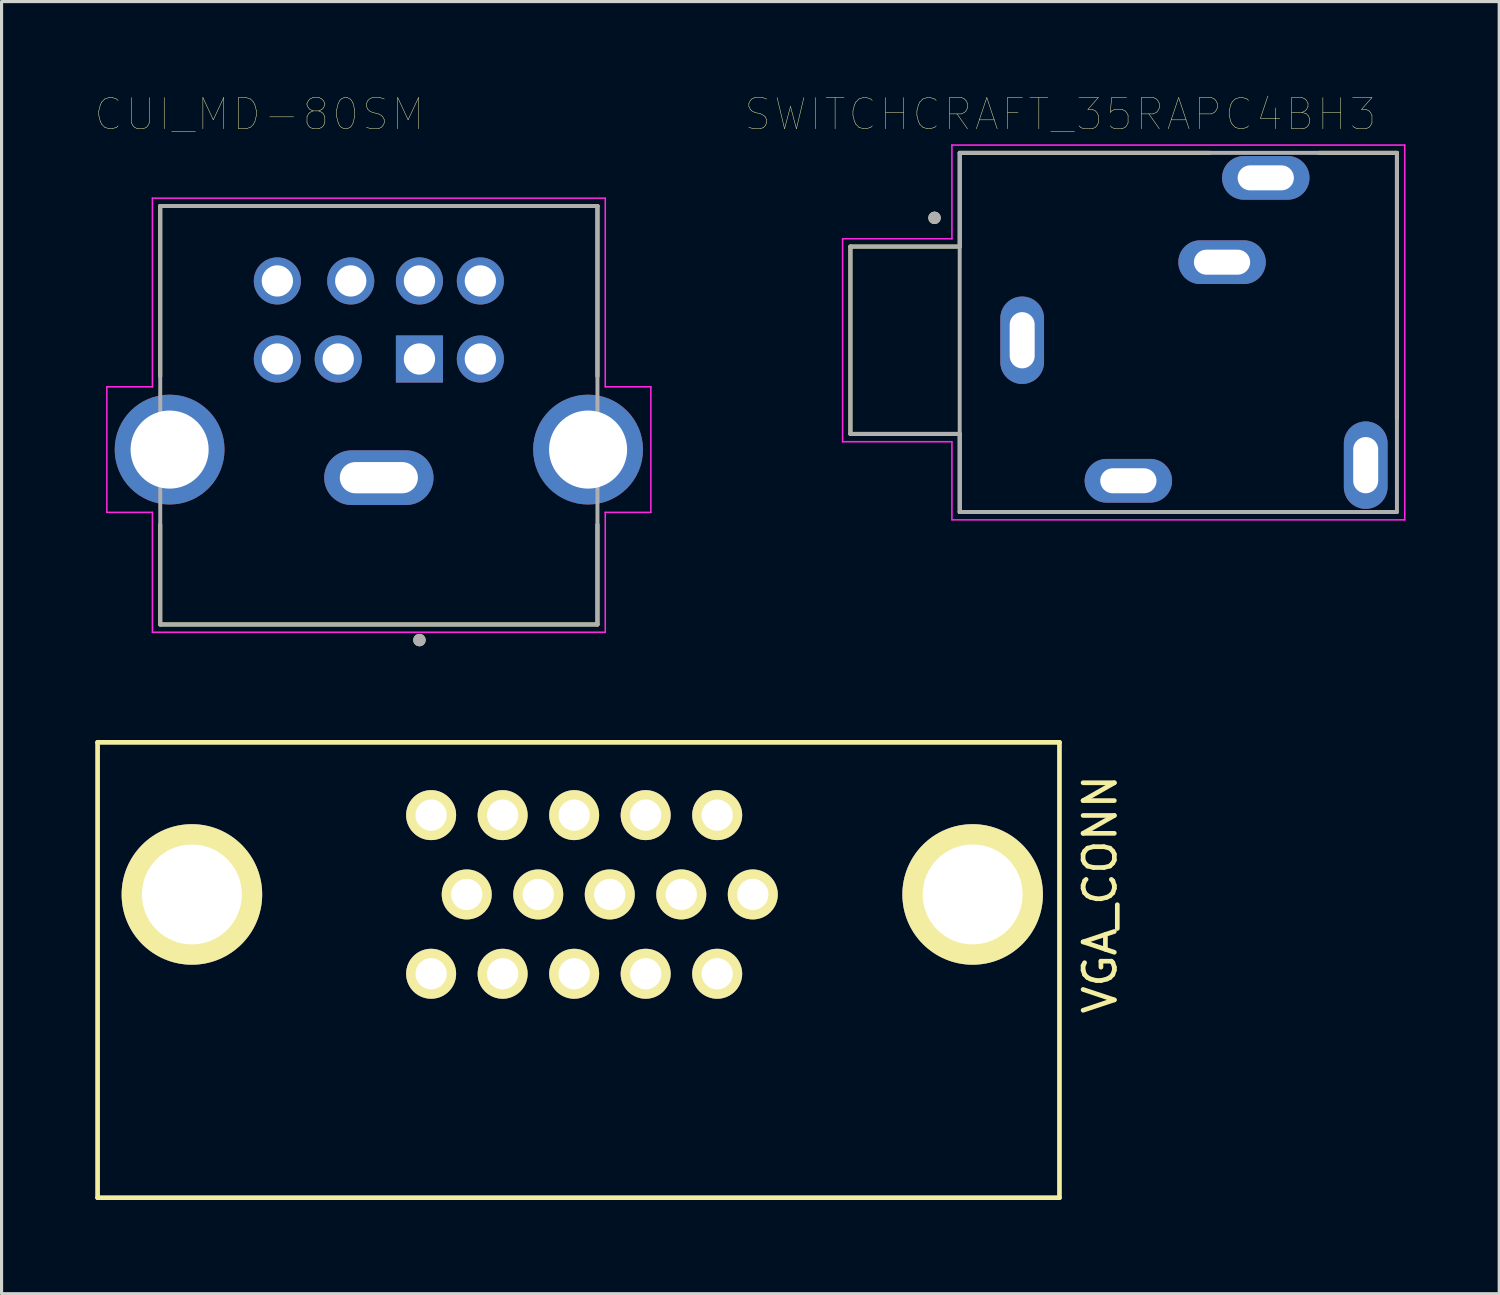
<source format=kicad_pcb>
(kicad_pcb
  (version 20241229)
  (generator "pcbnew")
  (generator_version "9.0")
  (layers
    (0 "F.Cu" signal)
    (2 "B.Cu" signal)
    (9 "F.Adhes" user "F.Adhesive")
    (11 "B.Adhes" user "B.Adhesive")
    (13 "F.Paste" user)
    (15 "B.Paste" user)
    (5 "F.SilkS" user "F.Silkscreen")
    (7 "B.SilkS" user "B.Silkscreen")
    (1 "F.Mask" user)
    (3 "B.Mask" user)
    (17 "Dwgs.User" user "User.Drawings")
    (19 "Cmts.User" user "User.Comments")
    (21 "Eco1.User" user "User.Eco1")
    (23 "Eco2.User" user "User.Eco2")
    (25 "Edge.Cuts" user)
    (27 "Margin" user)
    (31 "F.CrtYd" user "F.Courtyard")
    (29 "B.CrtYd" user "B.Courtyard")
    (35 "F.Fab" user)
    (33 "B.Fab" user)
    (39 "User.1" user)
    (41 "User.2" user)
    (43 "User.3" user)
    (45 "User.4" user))
  (footprint "CUI_MD-80SM"
    (layer "F.Cu")
    (at 9.081 10.246)
    (property "Reference" "CUI_MD-80SM" (at -3.825 -9.635 0) (layer "F.SilkS") (effects (font (size 1 1) (thickness 0.015))))
    (attr through_hole)
    (fp_line (start -7 -6.7) (end -7 -1.25) (stroke (width 0.127) (type solid)) (layer "F.SilkS"))
    (fp_line (start -7 -6.7) (end 7 -6.7) (stroke (width 0.127) (type solid)) (layer "F.SilkS"))
    (fp_line (start -7 6.7) (end -7 3.5) (stroke (width 0.127) (type solid)) (layer "F.SilkS"))
    (fp_line (start 7 -6.7) (end 7 -1.25) (stroke (width 0.127) (type solid)) (layer "F.SilkS"))
    (fp_line (start 7 6.7) (end -7 6.7) (stroke (width 0.127) (type solid)) (layer "F.SilkS"))
    (fp_line (start 7 6.7) (end 7 3.5) (stroke (width 0.127) (type solid)) (layer "F.SilkS"))
    (fp_circle (center 1.3 7.2) (end 1.4 7.2) (stroke (width 0.2) (type solid)) (fill no) (layer "F.SilkS"))
    (fp_line (start -8.71 -0.91) (end -7.25 -0.91) (stroke (width 0.05) (type solid)) (layer "F.CrtYd"))
    (fp_line (start -8.71 3.11) (end -8.71 -0.91) (stroke (width 0.05) (type solid)) (layer "F.CrtYd"))
    (fp_line (start -7.25 -6.95) (end 7.25 -6.95) (stroke (width 0.05) (type solid)) (layer "F.CrtYd"))
    (fp_line (start -7.25 -0.91) (end -7.25 -6.95) (stroke (width 0.05) (type solid)) (layer "F.CrtYd"))
    (fp_line (start -7.25 3.11) (end -8.71 3.11) (stroke (width 0.05) (type solid)) (layer "F.CrtYd"))
    (fp_line (start -7.25 6.95) (end -7.25 3.11) (stroke (width 0.05) (type solid)) (layer "F.CrtYd"))
    (fp_line (start 7.25 -6.95) (end 7.25 -0.91) (stroke (width 0.05) (type solid)) (layer "F.CrtYd"))
    (fp_line (start 7.25 -0.91) (end 8.71 -0.91) (stroke (width 0.05) (type solid)) (layer "F.CrtYd"))
    (fp_line (start 7.25 6.95) (end -7.25 6.95) (stroke (width 0.05) (type solid)) (layer "F.CrtYd"))
    (fp_line (start 7.25 6.95) (end 7.25 3.11) (stroke (width 0.05) (type solid)) (layer "F.CrtYd"))
    (fp_line (start 8.71 -0.91) (end 8.71 3.11) (stroke (width 0.05) (type solid)) (layer "F.CrtYd"))
    (fp_line (start 8.71 3.11) (end 7.25 3.11) (stroke (width 0.05) (type solid)) (layer "F.CrtYd"))
    (fp_line (start -7 -6.7) (end 7 -6.7) (stroke (width 0.127) (type solid)) (layer "F.Fab"))
    (fp_line (start -7 6.7) (end -7 -6.7) (stroke (width 0.127) (type solid)) (layer "F.Fab"))
    (fp_line (start 7 -6.7) (end 7 6.7) (stroke (width 0.127) (type solid)) (layer "F.Fab"))
    (fp_line (start 7 6.7) (end -7 6.7) (stroke (width 0.127) (type solid)) (layer "F.Fab"))
    (fp_circle (center 1.3 7.2) (end 1.4 7.2) (stroke (width 0.2) (type solid)) (fill no) (layer "F.Fab"))
    (pad "1" thru_hole rect (at 1.3 -1.8) (size 1.508 1.508) (drill 1) (layers "*.Cu" "*.Mask"))
    (pad "2" thru_hole circle (at -1.3 -1.8) (size 1.508 1.508) (drill 1) (layers "*.Cu" "*.Mask"))
    (pad "3" thru_hole circle (at -3.25 -1.8) (size 1.508 1.508) (drill 1) (layers "*.Cu" "*.Mask"))
    (pad "4" thru_hole circle (at 1.3 -4.3) (size 1.508 1.508) (drill 1) (layers "*.Cu" "*.Mask"))
    (pad "5" thru_hole circle (at 3.25 -1.8) (size 1.508 1.508) (drill 1) (layers "*.Cu" "*.Mask"))
    (pad "6" thru_hole circle (at 3.25 -4.3) (size 1.508 1.508) (drill 1) (layers "*.Cu" "*.Mask"))
    (pad "7" thru_hole circle (at -0.9 -4.3) (size 1.508 1.508) (drill 1) (layers "*.Cu" "*.Mask"))
    (pad "8" thru_hole circle (at -3.25 -4.3) (size 1.508 1.508) (drill 1) (layers "*.Cu" "*.Mask"))
    (pad "S1" thru_hole circle (at 6.7 1.1) (size 3.516 3.516) (drill 2.5) (layers "*.Cu" "*.Mask"))
    (pad "S2" thru_hole circle (at -6.7 1.1) (size 3.516 3.516) (drill 2.5) (layers "*.Cu" "*.Mask"))
    (pad "S3" thru_hole oval (at 0 2) (size 3.5 1.75) (drill oval 2.5 1) (layers "*.Cu" "*.Mask")))
  (footprint "SWITCHCRAFT_35RAPC4BH3"
    (layer "F.Cu")
    (at 32.931 7.595)
    (property "Reference" "SWITCHCRAFT_35RAPC4BH3" (at -2.026 -6.984 0) (layer "F.SilkS") (effects (font (size 1 1) (thickness 0.015))))
    (attr through_hole)
    (fp_line (start -8.75 -2.75) (end -5.25 -2.75) (stroke (width 0.127) (type solid)) (layer "F.SilkS"))
    (fp_line (start -8.75 3.25) (end -8.75 -2.75) (stroke (width 0.127) (type solid)) (layer "F.SilkS"))
    (fp_line (start -5.25 -5.75) (end 2.75 -5.75) (stroke (width 0.127) (type solid)) (layer "F.SilkS"))
    (fp_line (start -5.25 -2.75) (end -5.25 -5.75) (stroke (width 0.127) (type solid)) (layer "F.SilkS"))
    (fp_line (start -5.25 3.25) (end -8.75 3.25) (stroke (width 0.127) (type solid)) (layer "F.SilkS"))
    (fp_line (start -5.25 5.75) (end -5.25 3.25) (stroke (width 0.127) (type solid)) (layer "F.SilkS"))
    (fp_line (start 6.25 -5.75) (end 8.75 -5.75) (stroke (width 0.127) (type solid)) (layer "F.SilkS"))
    (fp_line (start 6.5 5.75) (end -5.25 5.75) (stroke (width 0.127) (type solid)) (layer "F.SilkS"))
    (fp_line (start 8.75 -5.75) (end 8.75 2.75) (stroke (width 0.127) (type solid)) (layer "F.SilkS"))
    (fp_circle (center -6.057 -3.67) (end -5.957 -3.67) (stroke (width 0.2) (type solid)) (fill no) (layer "F.SilkS"))
    (fp_line (start -9 -3) (end -9 3.5) (stroke (width 0.05) (type solid)) (layer "F.CrtYd"))
    (fp_line (start -9 3.5) (end -5.5 3.5) (stroke (width 0.05) (type solid)) (layer "F.CrtYd"))
    (fp_line (start -5.5 -6) (end -5.5 -3) (stroke (width 0.05) (type solid)) (layer "F.CrtYd"))
    (fp_line (start -5.5 -3) (end -9 -3) (stroke (width 0.05) (type solid)) (layer "F.CrtYd"))
    (fp_line (start -5.5 3.5) (end -5.5 6) (stroke (width 0.05) (type solid)) (layer "F.CrtYd"))
    (fp_line (start -5.5 6) (end 9 6) (stroke (width 0.05) (type solid)) (layer "F.CrtYd"))
    (fp_line (start 9 -6) (end -5.5 -6) (stroke (width 0.05) (type solid)) (layer "F.CrtYd"))
    (fp_line (start 9 -6) (end 9 6) (stroke (width 0.05) (type solid)) (layer "F.CrtYd"))
    (fp_line (start -8.75 -2.75) (end -8.75 3.25) (stroke (width 0.127) (type solid)) (layer "F.Fab"))
    (fp_line (start -8.75 3.25) (end -5.25 3.25) (stroke (width 0.127) (type solid)) (layer "F.Fab"))
    (fp_line (start -5.25 -5.75) (end -5.25 -2.75) (stroke (width 0.127) (type solid)) (layer "F.Fab"))
    (fp_line (start -5.25 -5.75) (end 8.75 -5.75) (stroke (width 0.127) (type solid)) (layer "F.Fab"))
    (fp_line (start -5.25 -2.75) (end -8.75 -2.75) (stroke (width 0.127) (type solid)) (layer "F.Fab"))
    (fp_line (start -5.25 -2.75) (end -5.25 3.25) (stroke (width 0.127) (type solid)) (layer "F.Fab"))
    (fp_line (start -5.25 3.25) (end -5.25 5.75) (stroke (width 0.127) (type solid)) (layer "F.Fab"))
    (fp_line (start 8.75 -5.75) (end 8.75 5.75) (stroke (width 0.127) (type solid)) (layer "F.Fab"))
    (fp_line (start 8.75 5.75) (end -5.25 5.75) (stroke (width 0.127) (type solid)) (layer "F.Fab"))
    (fp_circle (center -6.057 -3.67) (end -5.957 -3.67) (stroke (width 0.2) (type solid)) (fill no) (layer "F.Fab"))
    (pad "1" thru_hole oval (at -3.25 0.25) (size 1.4 2.8) (drill oval 0.8 1.8) (layers "*.Cu" "*.Mask"))
    (pad "2" thru_hole oval (at 4.55 -4.95) (size 2.8 1.4) (drill oval 1.8 0.8) (layers "*.Cu" "*.Mask"))
    (pad "3" thru_hole oval (at 3.15 -2.25) (size 2.8 1.4) (drill oval 1.8 0.8) (layers "*.Cu" "*.Mask"))
    (pad "4" thru_hole oval (at 7.75 4.25) (size 1.4 2.8) (drill oval 0.8 1.8) (layers "*.Cu" "*.Mask"))
    (pad "5" thru_hole oval (at 0.15 4.75) (size 2.8 1.4) (drill oval 1.8 0.8) (layers "*.Cu" "*.Mask")))
  (footprint "VGA_CONN"
    (layer "F.Cu")
    (at 16.475 25.591)
    (property "Reference" "VGA_CONN" (at 15.702 -0.005 90) (layer "F.SilkS") (effects (font (size 1 1) (thickness 0.15))))
    (attr through_hole)
    (fp_line (start -16.4 9.71) (end -16.4 -4.87) (stroke (width 0.15) (type solid)) (layer "F.SilkS"))
    (fp_line (start 14.4 -4.87) (end -16.4 -4.87) (stroke (width 0.15) (type solid)) (layer "F.SilkS"))
    (fp_line (start 14.4 -4.87) (end 14.4 9.71) (stroke (width 0.15) (type solid)) (layer "F.SilkS"))
    (fp_line (start 14.4 9.71) (end -16.4 9.71) (stroke (width 0.15) (type solid)) (layer "F.SilkS"))
    (pad "0" thru_hole circle (at -13.38 0) (size 4.5 4.5) (drill 3.2) (layers "*.Cu" "*.Mask" "F.SilkS"))
    (pad "0" thru_hole circle (at 11.62 0) (size 4.5 4.5) (drill 3.2) (layers "*.Cu" "*.Mask" "F.SilkS"))
    (pad "1" thru_hole circle (at 3.44 -2.54) (size 1.6 1.6) (drill 1) (layers "*.Cu" "*.Mask" "F.SilkS"))
    (pad "2" thru_hole circle (at 1.15 -2.54) (size 1.6 1.6) (drill 1) (layers "*.Cu" "*.Mask" "F.SilkS"))
    (pad "3" thru_hole circle (at -1.14 -2.54) (size 1.6 1.6) (drill 1) (layers "*.Cu" "*.Mask" "F.SilkS"))
    (pad "4" thru_hole circle (at -3.43 -2.54) (size 1.6 1.6) (drill 1) (layers "*.Cu" "*.Mask" "F.SilkS"))
    (pad "5" thru_hole circle (at -5.72 -2.54) (size 1.6 1.6) (drill 1) (layers "*.Cu" "*.Mask" "F.SilkS"))
    (pad "6" thru_hole circle (at 4.58 0) (size 1.6 1.6) (drill 1) (layers "*.Cu" "*.Mask" "F.SilkS"))
    (pad "7" thru_hole circle (at 2.29 0) (size 1.6 1.6) (drill 1) (layers "*.Cu" "*.Mask" "F.SilkS"))
    (pad "8" thru_hole circle (at 0 0) (size 1.6 1.6) (drill 1) (layers "*.Cu" "*.Mask" "F.SilkS"))
    (pad "9" thru_hole circle (at -2.29 0) (size 1.6 1.6) (drill 1) (layers "*.Cu" "*.Mask" "F.SilkS"))
    (pad "10" thru_hole circle (at -4.58 0) (size 1.6 1.6) (drill 1) (layers "*.Cu" "*.Mask" "F.SilkS"))
    (pad "11" thru_hole circle (at 3.44 2.54) (size 1.6 1.6) (drill 1) (layers "*.Cu" "*.Mask" "F.SilkS"))
    (pad "12" thru_hole circle (at 1.15 2.54) (size 1.6 1.6) (drill 1) (layers "*.Cu" "*.Mask" "F.SilkS"))
    (pad "13" thru_hole circle (at -1.14 2.54) (size 1.6 1.6) (drill 1) (layers "*.Cu" "*.Mask" "F.SilkS"))
    (pad "14" thru_hole circle (at -3.43 2.54) (size 1.6 1.6) (drill 1) (layers "*.Cu" "*.Mask" "F.SilkS"))
    (pad "15" thru_hole circle (at -5.72 2.54) (size 1.6 1.6) (drill 1) (layers "*.Cu" "*.Mask" "F.SilkS")))
  (gr_rect
    (start -3 -3)
    (end 44.956 38.376)
    (stroke (width 0.1) (type default))
    (fill no)
    (layer "Edge.Cuts")))
</source>
